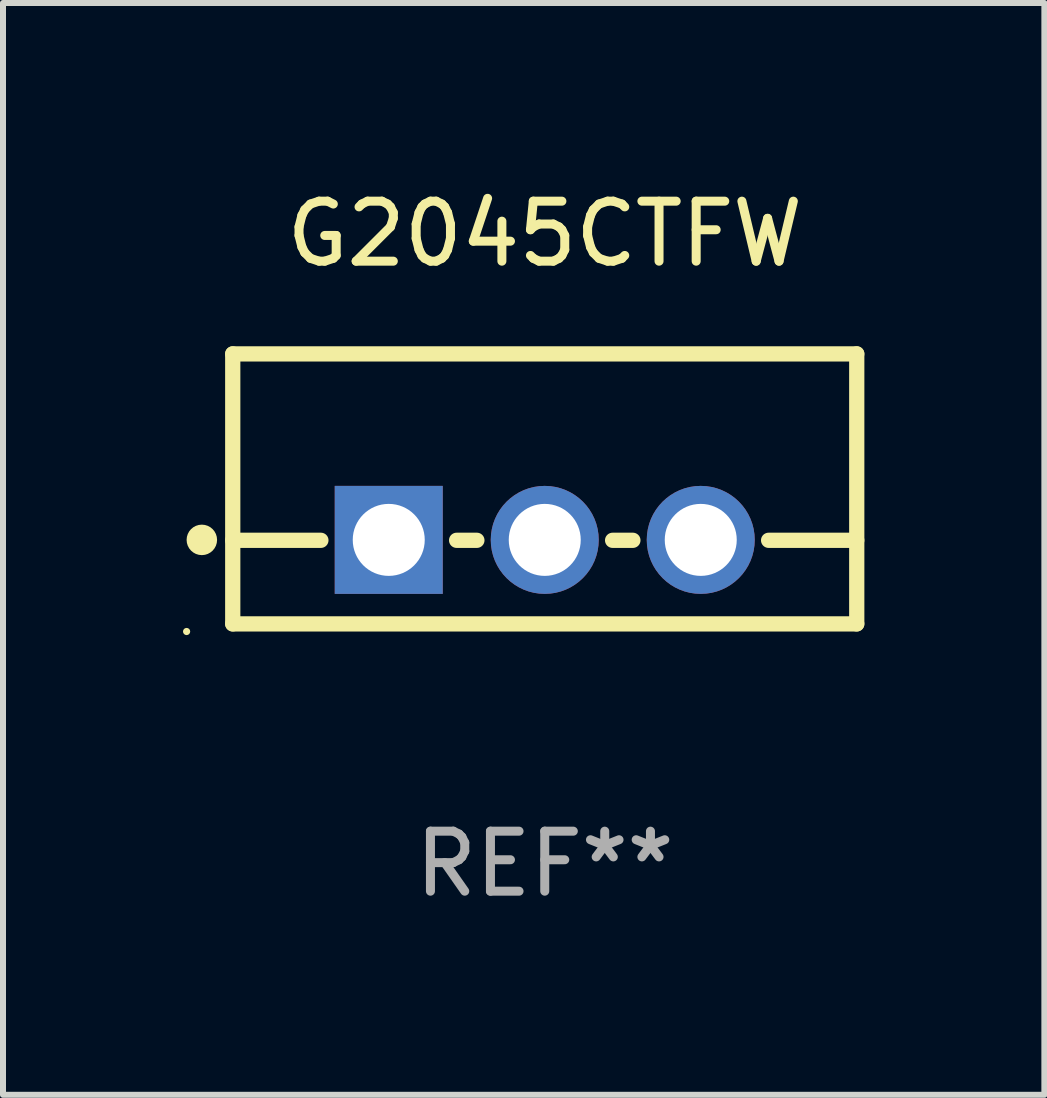
<source format=kicad_pcb>
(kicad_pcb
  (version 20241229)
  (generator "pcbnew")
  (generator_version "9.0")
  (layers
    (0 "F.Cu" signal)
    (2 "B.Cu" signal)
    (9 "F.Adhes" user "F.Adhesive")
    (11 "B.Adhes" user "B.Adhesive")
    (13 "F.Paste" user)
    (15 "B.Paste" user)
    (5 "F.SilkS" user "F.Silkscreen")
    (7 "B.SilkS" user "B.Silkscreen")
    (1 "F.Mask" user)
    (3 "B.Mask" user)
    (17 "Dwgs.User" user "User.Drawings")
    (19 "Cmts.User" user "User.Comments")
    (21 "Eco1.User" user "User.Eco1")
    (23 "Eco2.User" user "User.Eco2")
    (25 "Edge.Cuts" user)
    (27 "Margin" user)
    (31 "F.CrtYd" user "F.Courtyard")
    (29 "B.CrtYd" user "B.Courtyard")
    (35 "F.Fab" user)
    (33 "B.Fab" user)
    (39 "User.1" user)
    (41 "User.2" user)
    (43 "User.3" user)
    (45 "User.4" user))
  (footprint "G2045CTFW"
    (layer "F.Cu")
    (at 6.029 5.098)
    (property "Reference" "G2045CTFW" (at 0 -4.25 0) (layer "F.SilkS") (effects (font (size 1 1) (thickness 0.15))))
    (attr through_hole)
    (fp_line (start -5.2 -2.25) (end -5.2 2.25) (stroke (width 0.254) (type solid)) (layer "F.SilkS"))
    (fp_line (start -5.2 -2.25) (end 5.2 -2.25) (stroke (width 0.254) (type solid)) (layer "F.SilkS"))
    (fp_line (start -5.2 0.857) (end -3.731 0.857) (stroke (width 0.254) (type solid)) (layer "F.SilkS"))
    (fp_line (start -5.2 2.25) (end 5.2 2.25) (stroke (width 0.254) (type solid)) (layer "F.SilkS"))
    (fp_line (start -1.469 0.857) (end -1.131 0.857) (stroke (width 0.254) (type solid)) (layer "F.SilkS"))
    (fp_line (start 1.131 0.857) (end 1.469 0.857) (stroke (width 0.254) (type solid)) (layer "F.SilkS"))
    (fp_line (start 3.731 0.857) (end 5.2 0.857) (stroke (width 0.254) (type solid)) (layer "F.SilkS"))
    (fp_line (start 5.2 -2.25) (end 5.2 2.25) (stroke (width 0.254) (type solid)) (layer "F.SilkS"))
    (fp_circle (center -5.969 2.377) (end -5.939 2.377) (stroke (width 0.06) (type solid)) (fill no) (layer "F.SilkS"))
    (fp_circle (center -5.715 0.85) (end -5.588 0.85) (stroke (width 0.254) (type solid)) (fill no) (layer "F.SilkS"))
    (fp_text user "REF**" (at 0 6.25 0) (layer "F.Fab") (effects (font (size 1 1) (thickness 0.15))))
    (pad "1" thru_hole rect (at -2.6 0.85) (size 1.8 1.8) (drill 1.2) (layers "*.Cu" "*.Mask"))
    (pad "2" thru_hole circle (at 0 0.85) (size 1.8 1.8) (drill 1.2) (layers "*.Cu" "*.Mask"))
    (pad "3" thru_hole circle (at 2.6 0.85) (size 1.8 1.8) (drill 1.2) (layers "*.Cu" "*.Mask")))
  (gr_rect
    (start -3 -3)
    (end 14.356 15.197)
    (stroke (width 0.1) (type default))
    (fill no)
    (layer "Edge.Cuts")))
</source>
